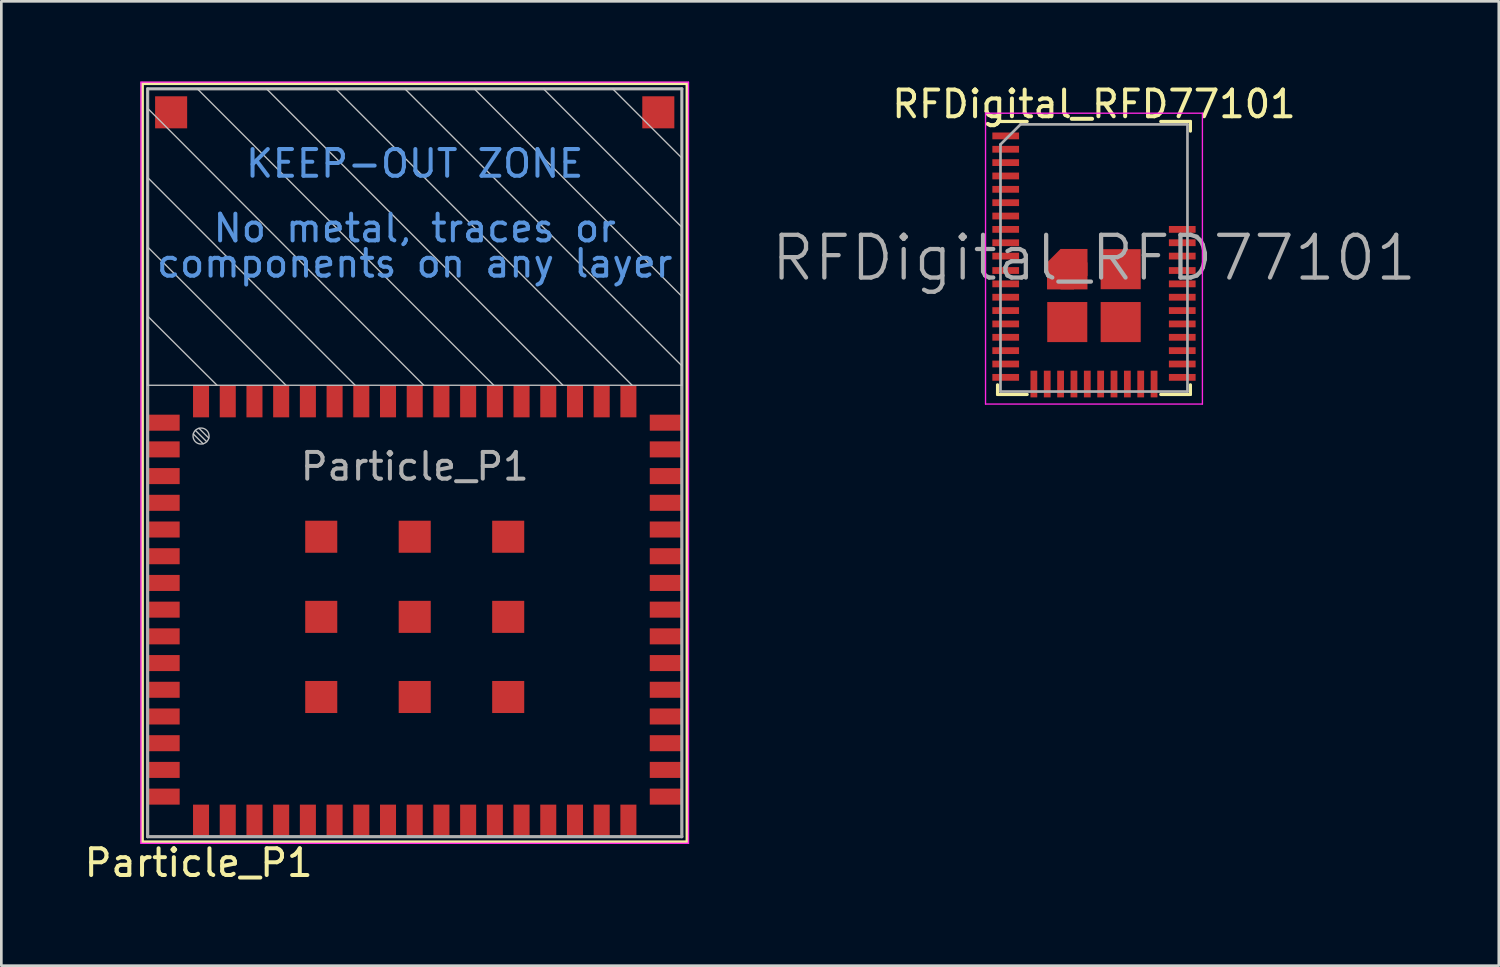
<source format=kicad_pcb>
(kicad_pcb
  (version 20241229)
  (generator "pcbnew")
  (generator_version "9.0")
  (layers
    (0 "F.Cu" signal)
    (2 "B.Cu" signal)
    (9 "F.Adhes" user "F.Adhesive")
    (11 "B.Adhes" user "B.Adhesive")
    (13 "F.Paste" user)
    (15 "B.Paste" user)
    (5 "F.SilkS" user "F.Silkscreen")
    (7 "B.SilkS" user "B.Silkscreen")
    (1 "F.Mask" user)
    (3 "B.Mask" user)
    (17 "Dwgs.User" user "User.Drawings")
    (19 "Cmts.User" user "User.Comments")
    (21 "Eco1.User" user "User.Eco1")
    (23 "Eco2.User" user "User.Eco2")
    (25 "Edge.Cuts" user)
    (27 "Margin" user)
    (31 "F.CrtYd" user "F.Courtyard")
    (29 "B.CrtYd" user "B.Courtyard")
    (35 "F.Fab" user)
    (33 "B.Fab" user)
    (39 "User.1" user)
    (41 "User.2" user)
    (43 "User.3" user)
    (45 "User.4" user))
  (footprint "RFDigital_RFD77101"
    (layer "F.Cu")
    (at 37.908 6.608)
    (property "Reference" "RFDigital_RFD77101" (at 0 -5.76 0) (layer "F.SilkS") (effects (font (size 1 1) (thickness 0.15))))
    (attr smd)
    (fp_line (start -3.61 -5.11) (end -2.5 -5.11) (stroke (width 0.12) (type solid)) (layer "F.SilkS"))
    (fp_line (start -3.61 4.75) (end -3.61 5.11) (stroke (width 0.12) (type solid)) (layer "F.SilkS"))
    (fp_line (start -3.61 5.11) (end -2.5 5.11) (stroke (width 0.12) (type solid)) (layer "F.SilkS"))
    (fp_line (start 3.61 -5.11) (end 2.5 -5.11) (stroke (width 0.12) (type solid)) (layer "F.SilkS"))
    (fp_line (start 3.61 -4.75) (end 3.61 -5.11) (stroke (width 0.12) (type solid)) (layer "F.SilkS"))
    (fp_line (start 3.61 4.75) (end 3.61 5.11) (stroke (width 0.12) (type solid)) (layer "F.SilkS"))
    (fp_line (start 3.61 5.11) (end 2.5 5.11) (stroke (width 0.12) (type solid)) (layer "F.SilkS"))
    (fp_line (start -4.06 -5.42) (end -4.06 5.47) (stroke (width 0.05) (type solid)) (layer "F.CrtYd"))
    (fp_line (start -4.06 5.47) (end 4.06 5.47) (stroke (width 0.05) (type solid)) (layer "F.CrtYd"))
    (fp_line (start 4.06 -5.42) (end -4.06 -5.42) (stroke (width 0.05) (type solid)) (layer "F.CrtYd"))
    (fp_line (start 4.06 5.47) (end 4.06 -5.42) (stroke (width 0.05) (type solid)) (layer "F.CrtYd"))
    (fp_line (start -3.5 -4.25) (end -3.5 5) (stroke (width 0.1) (type solid)) (layer "F.Fab"))
    (fp_line (start -3.5 5) (end 3.5 5) (stroke (width 0.1) (type solid)) (layer "F.Fab"))
    (fp_line (start -2.75 -5) (end -3.5 -4.25) (stroke (width 0.1) (type solid)) (layer "F.Fab"))
    (fp_line (start 3.5 -5) (end -2.75 -5) (stroke (width 0.1) (type solid)) (layer "F.Fab"))
    (fp_line (start 3.5 5) (end 3.5 -5) (stroke (width 0.1) (type solid)) (layer "F.Fab"))
    (fp_text user "${REFERENCE}" (at 0 0 0) (layer "F.Fab") (effects (font (size 1.6 1.6) (thickness 0.16))))
    (pad "1" smd rect (at -3.305 -4.57) (size 1 0.254) (layers "F.Cu" "F.Mask" "F.Paste"))
    (pad "2" smd rect (at -3.305 -4.07) (size 1 0.254) (layers "F.Cu" "F.Mask" "F.Paste"))
    (pad "3" smd rect (at -3.305 -3.57) (size 1 0.254) (layers "F.Cu" "F.Mask" "F.Paste"))
    (pad "4" smd rect (at -3.305 -3.07) (size 1 0.254) (layers "F.Cu" "F.Mask" "F.Paste"))
    (pad "5" smd rect (at -3.305 -2.57) (size 1 0.254) (layers "F.Cu" "F.Mask" "F.Paste"))
    (pad "6" smd rect (at -3.305 -2.07) (size 1 0.254) (layers "F.Cu" "F.Mask" "F.Paste"))
    (pad "7" smd rect (at -3.305 -1.57) (size 1 0.254) (layers "F.Cu" "F.Mask" "F.Paste"))
    (pad "8" smd rect (at -3.305 -1.07) (size 1 0.254) (layers "F.Cu" "F.Mask" "F.Paste"))
    (pad "9" smd rect (at -3.305 -0.57) (size 1 0.254) (layers "F.Cu" "F.Mask" "F.Paste"))
    (pad "10" smd rect (at -3.305 -0.07) (size 1 0.254) (layers "F.Cu" "F.Mask" "F.Paste"))
    (pad "11" smd rect (at -3.305 0.47) (size 1 0.254) (layers "F.Cu" "F.Mask" "F.Paste"))
    (pad "12" smd rect (at -3.305 0.97) (size 1 0.254) (layers "F.Cu" "F.Mask" "F.Paste"))
    (pad "13" smd rect (at -3.305 1.47) (size 1 0.254) (layers "F.Cu" "F.Mask" "F.Paste"))
    (pad "14" smd rect (at -3.305 1.97) (size 1 0.254) (layers "F.Cu" "F.Mask" "F.Paste"))
    (pad "15" smd rect (at -3.305 2.47) (size 1 0.254) (layers "F.Cu" "F.Mask" "F.Paste"))
    (pad "16" smd rect (at -3.305 2.97) (size 1 0.254) (layers "F.Cu" "F.Mask" "F.Paste"))
    (pad "17" smd rect (at -3.305 3.47) (size 1 0.254) (layers "F.Cu" "F.Mask" "F.Paste"))
    (pad "18" smd rect (at -3.305 3.97) (size 1 0.254) (layers "F.Cu" "F.Mask" "F.Paste"))
    (pad "19" smd rect (at -3.305 4.47) (size 1 0.254) (layers "F.Cu" "F.Mask" "F.Paste"))
    (pad "20" smd rect (at -2.25 4.72 90) (size 1 0.254) (layers "F.Cu" "F.Mask" "F.Paste"))
    (pad "21" smd rect (at -1.75 4.72 90) (size 1 0.254) (layers "F.Cu" "F.Mask" "F.Paste"))
    (pad "22" smd rect (at -1.25 4.72 90) (size 1 0.254) (layers "F.Cu" "F.Mask" "F.Paste"))
    (pad "23" smd rect (at -0.75 4.72 90) (size 1 0.254) (layers "F.Cu" "F.Mask" "F.Paste"))
    (pad "24" smd rect (at -0.25 4.72 90) (size 1 0.254) (layers "F.Cu" "F.Mask" "F.Paste"))
    (pad "25" smd rect (at 0.25 4.72 90) (size 1 0.254) (layers "F.Cu" "F.Mask" "F.Paste"))
    (pad "26" smd rect (at 0.75 4.72 90) (size 1 0.254) (layers "F.Cu" "F.Mask" "F.Paste"))
    (pad "27" smd rect (at 1.25 4.72 90) (size 1 0.254) (layers "F.Cu" "F.Mask" "F.Paste"))
    (pad "28" smd rect (at 1.75 4.72 90) (size 1 0.254) (layers "F.Cu" "F.Mask" "F.Paste"))
    (pad "29" smd rect (at 2.25 4.72 90) (size 1 0.254) (layers "F.Cu" "F.Mask" "F.Paste"))
    (pad "30" smd rect (at 3.305 4.47) (size 1 0.254) (layers "F.Cu" "F.Mask" "F.Paste"))
    (pad "31" smd rect (at 3.305 3.97) (size 1 0.254) (layers "F.Cu" "F.Mask" "F.Paste"))
    (pad "32" smd rect (at 3.305 3.47) (size 1 0.254) (layers "F.Cu" "F.Mask" "F.Paste"))
    (pad "33" smd rect (at 3.305 2.97) (size 1 0.254) (layers "F.Cu" "F.Mask" "F.Paste"))
    (pad "34" smd rect (at 3.305 2.47) (size 1 0.254) (layers "F.Cu" "F.Mask" "F.Paste"))
    (pad "35" smd rect (at 3.305 1.97) (size 1 0.254) (layers "F.Cu" "F.Mask" "F.Paste"))
    (pad "36" smd rect (at 3.305 1.47) (size 1 0.254) (layers "F.Cu" "F.Mask" "F.Paste"))
    (pad "37" smd rect (at 3.305 0.97) (size 1 0.254) (layers "F.Cu" "F.Mask" "F.Paste"))
    (pad "38" smd rect (at 3.305 0.47) (size 1 0.254) (layers "F.Cu" "F.Mask" "F.Paste"))
    (pad "39" smd rect (at 3.305 -0.07) (size 1 0.254) (layers "F.Cu" "F.Mask" "F.Paste"))
    (pad "40" smd rect (at 3.305 -0.57) (size 1 0.254) (layers "F.Cu" "F.Mask" "F.Paste"))
    (pad "41" smd rect (at 3.305 -1.07) (size 1 0.254) (layers "F.Cu" "F.Mask" "F.Paste"))
    (pad "42" smd rect (at -1.252 0.168 45) (size 0.714 0.714) (layers "F.Cu" "F.Mask" "F.Paste"))
    (pad "42" smd rect (at -1.252 0.672) (size 1.01 1.01) (layers "F.Cu" "F.Mask" "F.Paste"))
    (pad "42" smd rect (at -0.748 0.168) (size 1.01 1.01) (layers "F.Cu" "F.Mask" "F.Paste"))
    (pad "42" smd rect (at -0.748 0.672) (size 1.01 1.01) (layers "F.Cu" "F.Mask" "F.Paste"))
    (pad "43" smd rect (at -1 2.4) (size 1.5 1.5) (layers "F.Cu" "F.Mask" "F.Paste"))
    (pad "44" smd rect (at 1 2.4) (size 1.5 1.5) (layers "F.Cu" "F.Mask" "F.Paste"))
    (pad "45" smd rect (at 1 0.42) (size 1.5 1.5) (layers "F.Cu" "F.Mask" "F.Paste")))
  (footprint "Particle_P1"
    (layer "F.Cu")
    (at 12.477 14.415)
    (property "Reference" "Particle_P1" (at -8.09 14.84 180) (layer "F.SilkS") (effects (font (size 1 1) (thickness 0.15))))
    (attr smd)
    (fp_line (start -10.2 -14.34) (end 10.2 -14.34) (stroke (width 0.12) (type solid)) (layer "F.SilkS"))
    (fp_line (start -10.2 14.06) (end -10.2 -14.34) (stroke (width 0.12) (type solid)) (layer "F.SilkS"))
    (fp_line (start 10.2 -14.34) (end 10.2 14.06) (stroke (width 0.12) (type solid)) (layer "F.SilkS"))
    (fp_line (start 10.2 14.06) (end -10.2 14.06) (stroke (width 0.12) (type solid)) (layer "F.SilkS"))
    (fp_line (start -10 -14.14) (end 10 -14.14) (stroke (width 0.05) (type solid)) (layer "Dwgs.User"))
    (fp_line (start -10 -13.41) (end 0.34 -3.04) (stroke (width 0.05) (type solid)) (layer "Dwgs.User"))
    (fp_line (start -10 -10.82) (end -2.23 -3.04) (stroke (width 0.05) (type solid)) (layer "Dwgs.User"))
    (fp_line (start -10 -8.22) (end -4.82 -3.04) (stroke (width 0.05) (type solid)) (layer "Dwgs.User"))
    (fp_line (start -10 -5.63) (end -7.4 -3.04) (stroke (width 0.05) (type solid)) (layer "Dwgs.User"))
    (fp_line (start -10 -3.04) (end -10 -14.14) (stroke (width 0.05) (type solid)) (layer "Dwgs.User"))
    (fp_line (start -8.29 -1.218) (end -7.922 -0.85) (stroke (width 0.05) (type solid)) (layer "Dwgs.User"))
    (fp_line (start -8.212 -1.352) (end -7.788 -0.928) (stroke (width 0.05) (type solid)) (layer "Dwgs.User"))
    (fp_line (start -8.078 -1.43) (end -7.71 -1.062) (stroke (width 0.05) (type solid)) (layer "Dwgs.User"))
    (fp_line (start 2.96 -3.04) (end -8.14 -14.14) (stroke (width 0.05) (type solid)) (layer "Dwgs.User"))
    (fp_line (start 5.55 -3.04) (end -5.55 -14.14) (stroke (width 0.05) (type solid)) (layer "Dwgs.User"))
    (fp_line (start 8.14 -3.04) (end -2.96 -14.14) (stroke (width 0.05) (type solid)) (layer "Dwgs.User"))
    (fp_line (start 10 -14.14) (end 10 -3.04) (stroke (width 0.05) (type solid)) (layer "Dwgs.User"))
    (fp_line (start 10 -11.55) (end 7.41 -14.14) (stroke (width 0.05) (type solid)) (layer "Dwgs.User"))
    (fp_line (start 10 -8.96) (end 4.82 -14.14) (stroke (width 0.05) (type solid)) (layer "Dwgs.User"))
    (fp_line (start 10 -6.37) (end 2.23 -14.14) (stroke (width 0.05) (type solid)) (layer "Dwgs.User"))
    (fp_line (start 10 -3.77) (end -0.37 -14.14) (stroke (width 0.05) (type solid)) (layer "Dwgs.User"))
    (fp_line (start 10 -3.04) (end -10 -3.04) (stroke (width 0.05) (type solid)) (layer "Dwgs.User"))
    (fp_circle (center -8 -1.14) (end -7.7 -1.14) (stroke (width 0.05) (type solid)) (fill no) (layer "Dwgs.User"))
    (fp_line (start -10.25 14.11) (end -10.25 -14.39) (stroke (width 0.05) (type solid)) (layer "F.CrtYd"))
    (fp_line (start -10.25 14.11) (end 10.25 14.11) (stroke (width 0.05) (type solid)) (layer "F.CrtYd"))
    (fp_line (start 10.25 -14.39) (end -10.25 -14.39) (stroke (width 0.05) (type solid)) (layer "F.CrtYd"))
    (fp_line (start 10.25 -14.39) (end 10.25 14.11) (stroke (width 0.05) (type solid)) (layer "F.CrtYd"))
    (fp_line (start -10 13.86) (end -10 -14.14) (stroke (width 0.12) (type solid)) (layer "F.Fab"))
    (fp_line (start -10 13.86) (end 10 13.86) (stroke (width 0.12) (type solid)) (layer "F.Fab"))
    (fp_line (start 10 -14.14) (end -10 -14.14) (stroke (width 0.12) (type solid)) (layer "F.Fab"))
    (fp_line (start 10 13.86) (end 10 -14.14) (stroke (width 0.12) (type solid)) (layer "F.Fab"))
    (fp_text user "No metal, traces or" (at 0 -8.92 0) (layer "Cmts.User") (effects (font (size 1 1) (thickness 0.15))))
    (fp_text user "components on any layer" (at 0 -7.6 0) (layer "Cmts.User") (effects (font (size 1 1) (thickness 0.15))))
    (fp_text user "KEEP-OUT ZONE" (at 0 -11.34 0) (layer "Cmts.User") (effects (font (size 1 1) (thickness 0.15))))
    (fp_text user "${REFERENCE}" (at 0 0 0) (layer "F.Fab") (effects (font (size 1 1) (thickness 0.15))))
    (pad "1" smd rect (at -9.4 -1.64 270) (size 0.6 1.2) (layers "F.Cu" "F.Mask" "F.Paste"))
    (pad "2" smd rect (at -9.4 -0.64 270) (size 0.6 1.2) (layers "F.Cu" "F.Mask" "F.Paste"))
    (pad "3" smd rect (at -9.4 0.36 270) (size 0.6 1.2) (layers "F.Cu" "F.Mask" "F.Paste"))
    (pad "4" smd rect (at -9.4 1.36 270) (size 0.6 1.2) (layers "F.Cu" "F.Mask" "F.Paste"))
    (pad "5" smd rect (at -9.4 2.36 270) (size 0.6 1.2) (layers "F.Cu" "F.Mask" "F.Paste"))
    (pad "6" smd rect (at -9.4 3.36 270) (size 0.6 1.2) (layers "F.Cu" "F.Mask" "F.Paste"))
    (pad "7" smd rect (at -9.4 4.36 270) (size 0.6 1.2) (layers "F.Cu" "F.Mask" "F.Paste"))
    (pad "8" smd rect (at -9.4 5.36 270) (size 0.6 1.2) (layers "F.Cu" "F.Mask" "F.Paste"))
    (pad "9" smd rect (at -9.4 6.36 270) (size 0.6 1.2) (layers "F.Cu" "F.Mask" "F.Paste"))
    (pad "10" smd rect (at -9.4 7.36 270) (size 0.6 1.2) (layers "F.Cu" "F.Mask" "F.Paste"))
    (pad "11" smd rect (at -9.4 8.36 270) (size 0.6 1.2) (layers "F.Cu" "F.Mask" "F.Paste"))
    (pad "12" smd rect (at -9.4 9.36 270) (size 0.6 1.2) (layers "F.Cu" "F.Mask" "F.Paste"))
    (pad "13" smd rect (at -9.4 10.36 270) (size 0.6 1.2) (layers "F.Cu" "F.Mask" "F.Paste"))
    (pad "14" smd rect (at -9.4 11.36 270) (size 0.6 1.2) (layers "F.Cu" "F.Mask" "F.Paste"))
    (pad "15" smd rect (at -9.4 12.36 270) (size 0.6 1.2) (layers "F.Cu" "F.Mask" "F.Paste"))
    (pad "16" smd rect (at -8 13.26 270) (size 1.2 0.6) (layers "F.Cu" "F.Mask" "F.Paste"))
    (pad "17" smd rect (at -7 13.26 270) (size 1.2 0.6) (layers "F.Cu" "F.Mask" "F.Paste"))
    (pad "18" smd rect (at -6 13.26 270) (size 1.2 0.6) (layers "F.Cu" "F.Mask" "F.Paste"))
    (pad "19" smd rect (at -5 13.26 270) (size 1.2 0.6) (layers "F.Cu" "F.Mask" "F.Paste"))
    (pad "20" smd rect (at -4 13.26 270) (size 1.2 0.6) (layers "F.Cu" "F.Mask" "F.Paste"))
    (pad "21" smd rect (at -3 13.26 270) (size 1.2 0.6) (layers "F.Cu" "F.Mask" "F.Paste"))
    (pad "22" smd rect (at -2 13.26 270) (size 1.2 0.6) (layers "F.Cu" "F.Mask" "F.Paste"))
    (pad "23" smd rect (at -1 13.26 270) (size 1.2 0.6) (layers "F.Cu" "F.Mask" "F.Paste"))
    (pad "24" smd rect (at 0 13.26 270) (size 1.2 0.6) (layers "F.Cu" "F.Mask" "F.Paste"))
    (pad "25" smd rect (at 1 13.26 270) (size 1.2 0.6) (layers "F.Cu" "F.Mask" "F.Paste"))
    (pad "26" smd rect (at 2 13.26 270) (size 1.2 0.6) (layers "F.Cu" "F.Mask" "F.Paste"))
    (pad "27" smd rect (at 3 13.26 270) (size 1.2 0.6) (layers "F.Cu" "F.Mask" "F.Paste"))
    (pad "28" smd rect (at 4 13.26 270) (size 1.2 0.6) (layers "F.Cu" "F.Mask" "F.Paste"))
    (pad "29" smd rect (at 5 13.26 270) (size 1.2 0.6) (layers "F.Cu" "F.Mask" "F.Paste"))
    (pad "30" smd rect (at 6 13.26 270) (size 1.2 0.6) (layers "F.Cu" "F.Mask" "F.Paste"))
    (pad "31" smd rect (at 7 13.26 270) (size 1.2 0.6) (layers "F.Cu" "F.Mask" "F.Paste"))
    (pad "32" smd rect (at 8 13.26 270) (size 1.2 0.6) (layers "F.Cu" "F.Mask" "F.Paste"))
    (pad "33" smd rect (at 9.4 12.36 270) (size 0.6 1.2) (layers "F.Cu" "F.Mask" "F.Paste"))
    (pad "34" smd rect (at 9.4 11.36 270) (size 0.6 1.2) (layers "F.Cu" "F.Mask" "F.Paste"))
    (pad "35" smd rect (at 9.4 10.36 270) (size 0.6 1.2) (layers "F.Cu" "F.Mask" "F.Paste"))
    (pad "36" smd rect (at 9.4 9.36 270) (size 0.6 1.2) (layers "F.Cu" "F.Mask" "F.Paste"))
    (pad "37" smd rect (at 9.4 8.36 270) (size 0.6 1.2) (layers "F.Cu" "F.Mask" "F.Paste"))
    (pad "38" smd rect (at 9.4 7.36 270) (size 0.6 1.2) (layers "F.Cu" "F.Mask" "F.Paste"))
    (pad "39" smd rect (at 9.4 6.36 270) (size 0.6 1.2) (layers "F.Cu" "F.Mask" "F.Paste"))
    (pad "40" smd rect (at 9.4 5.36 270) (size 0.6 1.2) (layers "F.Cu" "F.Mask" "F.Paste"))
    (pad "41" smd rect (at 9.4 4.36 270) (size 0.6 1.2) (layers "F.Cu" "F.Mask" "F.Paste"))
    (pad "42" smd rect (at 9.4 3.36 270) (size 0.6 1.2) (layers "F.Cu" "F.Mask" "F.Paste"))
    (pad "43" smd rect (at 9.4 2.36 270) (size 0.6 1.2) (layers "F.Cu" "F.Mask" "F.Paste"))
    (pad "44" smd rect (at 9.4 1.36 270) (size 0.6 1.2) (layers "F.Cu" "F.Mask" "F.Paste"))
    (pad "45" smd rect (at 9.4 0.36 270) (size 0.6 1.2) (layers "F.Cu" "F.Mask" "F.Paste"))
    (pad "46" smd rect (at 9.4 -0.64 270) (size 0.6 1.2) (layers "F.Cu" "F.Mask" "F.Paste"))
    (pad "47" smd rect (at 9.4 -1.64 270) (size 0.6 1.2) (layers "F.Cu" "F.Mask" "F.Paste"))
    (pad "48" smd rect (at 8 -2.44 270) (size 1.2 0.6) (layers "F.Cu" "F.Mask" "F.Paste"))
    (pad "49" smd rect (at 7 -2.44 270) (size 1.2 0.6) (layers "F.Cu" "F.Mask" "F.Paste"))
    (pad "50" smd rect (at 6 -2.44 270) (size 1.2 0.6) (layers "F.Cu" "F.Mask" "F.Paste"))
    (pad "51" smd rect (at 5 -2.44 270) (size 1.2 0.6) (layers "F.Cu" "F.Mask" "F.Paste"))
    (pad "52" smd rect (at 4 -2.44 270) (size 1.2 0.6) (layers "F.Cu" "F.Mask" "F.Paste"))
    (pad "53" smd rect (at 3 -2.44 270) (size 1.2 0.6) (layers "F.Cu" "F.Mask" "F.Paste"))
    (pad "54" smd rect (at 2 -2.44 270) (size 1.2 0.6) (layers "F.Cu" "F.Mask" "F.Paste"))
    (pad "55" smd rect (at 1 -2.44 270) (size 1.2 0.6) (layers "F.Cu" "F.Mask" "F.Paste"))
    (pad "56" smd rect (at 0 -2.44 270) (size 1.2 0.6) (layers "F.Cu" "F.Mask" "F.Paste"))
    (pad "57" smd rect (at -1 -2.44 270) (size 1.2 0.6) (layers "F.Cu" "F.Mask" "F.Paste"))
    (pad "58" smd rect (at -2 -2.44 270) (size 1.2 0.6) (layers "F.Cu" "F.Mask" "F.Paste"))
    (pad "59" smd rect (at -3 -2.44 270) (size 1.2 0.6) (layers "F.Cu" "F.Mask" "F.Paste"))
    (pad "60" smd rect (at -4 -2.44 270) (size 1.2 0.6) (layers "F.Cu" "F.Mask" "F.Paste"))
    (pad "61" smd rect (at -5 -2.44 270) (size 1.2 0.6) (layers "F.Cu" "F.Mask" "F.Paste"))
    (pad "62" smd rect (at -6 -2.44 270) (size 1.2 0.6) (layers "F.Cu" "F.Mask" "F.Paste"))
    (pad "63" smd rect (at -7 -2.44 270) (size 1.2 0.6) (layers "F.Cu" "F.Mask" "F.Paste"))
    (pad "64" smd rect (at -8 -2.44 270) (size 1.2 0.6) (layers "F.Cu" "F.Mask" "F.Paste"))
    (pad "65" smd rect (at -3.5 2.63 270) (size 1.2 1.2) (layers "F.Cu" "F.Mask" "F.Paste"))
    (pad "66" smd rect (at -3.5 5.63 270) (size 1.2 1.2) (layers "F.Cu" "F.Mask" "F.Paste"))
    (pad "67" smd rect (at -3.5 8.63 270) (size 1.2 1.2) (layers "F.Cu" "F.Mask" "F.Paste"))
    (pad "68" smd rect (at 0 2.63 270) (size 1.2 1.2) (layers "F.Cu" "F.Mask" "F.Paste"))
    (pad "69" smd rect (at 0 5.63 270) (size 1.2 1.2) (layers "F.Cu" "F.Mask" "F.Paste"))
    (pad "70" smd rect (at 0 8.63 270) (size 1.2 1.2) (layers "F.Cu" "F.Mask" "F.Paste"))
    (pad "71" smd rect (at 3.5 2.63 270) (size 1.2 1.2) (layers "F.Cu" "F.Mask" "F.Paste"))
    (pad "72" smd rect (at 3.5 5.63 270) (size 1.2 1.2) (layers "F.Cu" "F.Mask" "F.Paste"))
    (pad "73" smd rect (at 3.5 8.63 270) (size 1.2 1.2) (layers "F.Cu" "F.Mask" "F.Paste"))
    (pad "74" smd rect (at 9.12 -13.26 270) (size 1.2 1.2) (layers "F.Cu" "F.Mask" "F.Paste"))
    (pad "75" smd rect (at -9.12 -13.26 270) (size 1.2 1.2) (layers "F.Cu" "F.Mask" "F.Paste")))
  (gr_rect
    (start -3 -3)
    (end 53.064 33.103)
    (stroke (width 0.1) (type default))
    (fill no)
    (layer "Edge.Cuts")))
</source>
